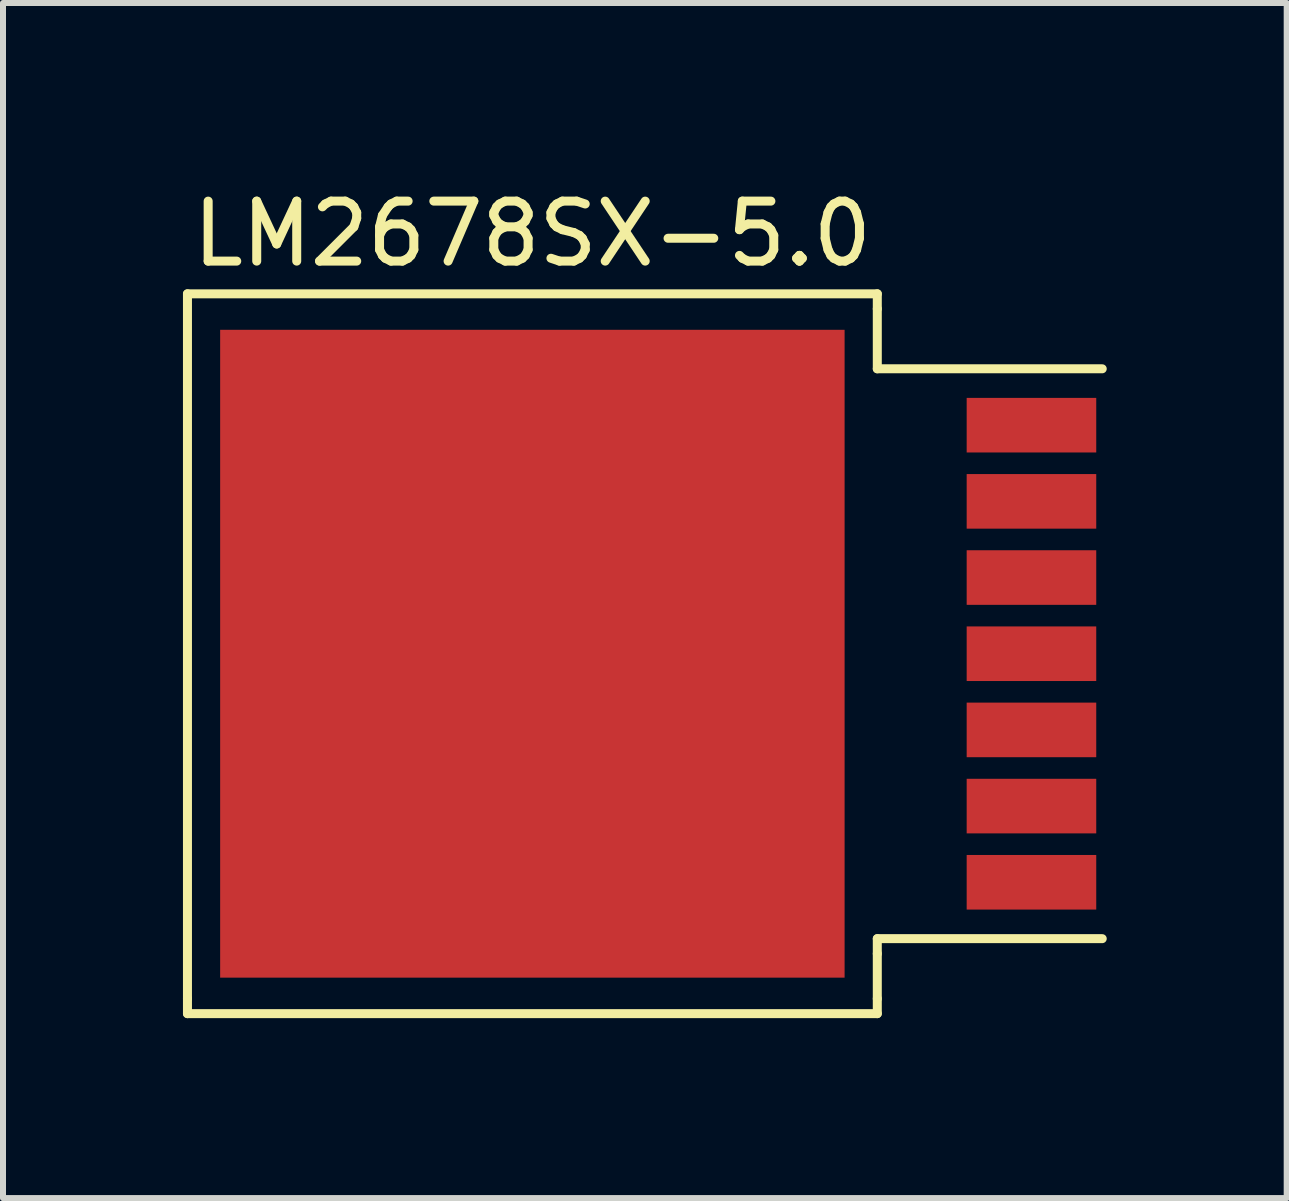
<source format=kicad_pcb>
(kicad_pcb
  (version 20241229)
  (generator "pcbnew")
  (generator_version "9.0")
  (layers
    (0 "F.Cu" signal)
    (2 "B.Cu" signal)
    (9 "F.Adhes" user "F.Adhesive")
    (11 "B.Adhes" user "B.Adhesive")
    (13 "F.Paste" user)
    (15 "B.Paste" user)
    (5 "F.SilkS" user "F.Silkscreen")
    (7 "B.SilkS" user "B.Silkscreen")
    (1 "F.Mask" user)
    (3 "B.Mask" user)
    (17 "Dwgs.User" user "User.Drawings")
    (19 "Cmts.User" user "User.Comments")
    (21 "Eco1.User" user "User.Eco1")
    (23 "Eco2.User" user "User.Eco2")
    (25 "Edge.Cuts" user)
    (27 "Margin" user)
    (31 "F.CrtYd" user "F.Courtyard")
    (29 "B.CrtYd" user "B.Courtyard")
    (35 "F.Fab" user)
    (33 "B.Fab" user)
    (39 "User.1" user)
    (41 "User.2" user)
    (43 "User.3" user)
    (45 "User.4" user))
  (footprint "LM2678SX-5.0"
    (layer "F.Cu")
    (at 5.825 7.848)
    (property "Reference" "LM2678SX-5.0" (at 0 -7 180) (layer "F.SilkS") (effects (font (size 1 1) (thickness 0.15))))
    (attr through_hole)
    (fp_line (start -5.75 -6) (end -5.75 5.75) (stroke (width 0.15) (type solid)) (layer "F.SilkS"))
    (fp_line (start -5.75 5.75) (end -5.75 6) (stroke (width 0.15) (type solid)) (layer "F.SilkS"))
    (fp_line (start -5.75 6) (end 5.75 6) (stroke (width 0.15) (type solid)) (layer "F.SilkS"))
    (fp_line (start 5.75 -6) (end -5.75 -6) (stroke (width 0.15) (type solid)) (layer "F.SilkS"))
    (fp_line (start 5.75 -5.75) (end 5.75 -6) (stroke (width 0.15) (type solid)) (layer "F.SilkS"))
    (fp_line (start 5.75 -4.75) (end 5.75 -5.75) (stroke (width 0.15) (type solid)) (layer "F.SilkS"))
    (fp_line (start 5.75 4.75) (end 9.5 4.75) (stroke (width 0.15) (type solid)) (layer "F.SilkS"))
    (fp_line (start 5.75 5) (end 5.75 4.75) (stroke (width 0.15) (type solid)) (layer "F.SilkS"))
    (fp_line (start 5.75 5.75) (end 5.75 5) (stroke (width 0.15) (type solid)) (layer "F.SilkS"))
    (fp_line (start 5.75 6) (end 5.75 5.75) (stroke (width 0.15) (type solid)) (layer "F.SilkS"))
    (fp_line (start 9.5 -4.75) (end 5.75 -4.75) (stroke (width 0.15) (type solid)) (layer "F.SilkS"))
    (pad "1" smd rect (at 8.32 3.81) (size 2.16 0.91) (layers "F.Cu" "F.Mask" "F.Paste"))
    (pad "2" smd rect (at 8.32 2.54) (size 2.16 0.91) (layers "F.Cu" "F.Mask" "F.Paste"))
    (pad "3" smd rect (at 8.32 1.27) (size 2.16 0.91) (layers "F.Cu" "F.Mask" "F.Paste"))
    (pad "4" smd rect (at 0 0) (size 10.41 10.8) (layers "F.Cu" "F.Mask" "F.Paste"))
    (pad "4" smd rect (at 8.32 0) (size 2.16 0.91) (layers "F.Cu" "F.Mask" "F.Paste"))
    (pad "5" smd rect (at 8.32 -1.27) (size 2.16 0.91) (layers "F.Cu" "F.Mask" "F.Paste"))
    (pad "6" smd rect (at 8.32 -2.54) (size 2.16 0.91) (layers "F.Cu" "F.Mask" "F.Paste"))
    (pad "7" smd rect (at 8.32 -3.81) (size 2.16 0.91) (layers "F.Cu" "F.Mask" "F.Paste")))
  (gr_rect
    (start -3 -3)
    (end 18.4 16.923)
    (stroke (width 0.1) (type default))
    (fill no)
    (layer "Edge.Cuts")))
</source>
